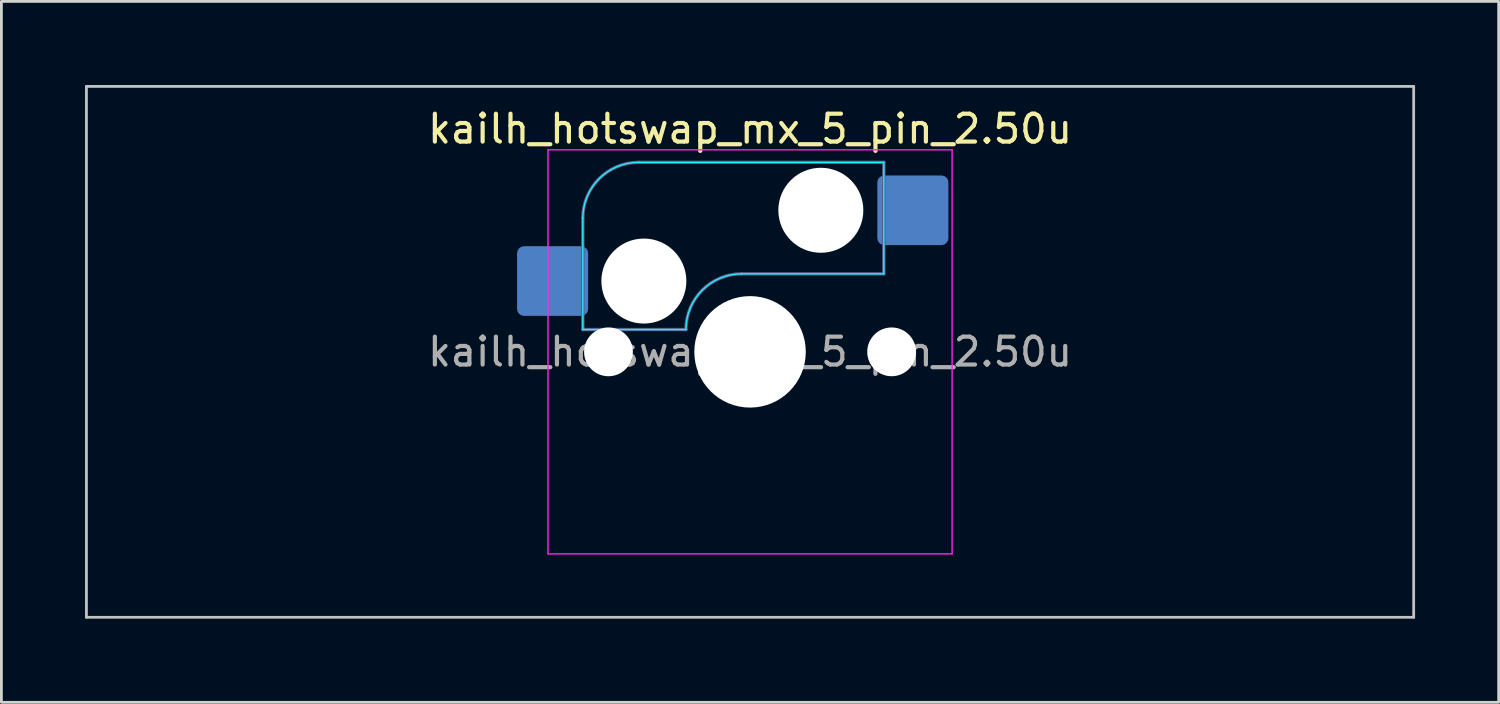
<source format=kicad_pcb>
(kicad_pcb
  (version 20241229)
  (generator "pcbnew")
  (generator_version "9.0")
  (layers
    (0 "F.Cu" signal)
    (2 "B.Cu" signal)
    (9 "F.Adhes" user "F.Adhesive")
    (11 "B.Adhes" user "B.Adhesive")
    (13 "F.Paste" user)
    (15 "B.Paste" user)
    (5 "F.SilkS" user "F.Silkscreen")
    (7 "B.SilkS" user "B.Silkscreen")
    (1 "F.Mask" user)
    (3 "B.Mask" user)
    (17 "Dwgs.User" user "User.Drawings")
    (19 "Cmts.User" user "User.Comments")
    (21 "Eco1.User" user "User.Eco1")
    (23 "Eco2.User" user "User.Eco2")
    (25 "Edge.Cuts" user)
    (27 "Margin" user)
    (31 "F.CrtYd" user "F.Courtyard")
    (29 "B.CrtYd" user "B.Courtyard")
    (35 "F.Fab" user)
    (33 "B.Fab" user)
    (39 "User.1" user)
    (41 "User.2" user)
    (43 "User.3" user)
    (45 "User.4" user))
  (footprint "kailh_hotswap_mx_5_pin_2.50u"
    (layer "F.Cu")
    (at 23.863 9.575)
    (property "Reference" "kailh_hotswap_mx_5_pin_2.50u" (at 0 -8 0) (layer "F.SilkS") (effects (font (size 1 1) (thickness 0.15))))
    (attr smd)
    (fp_line (start -23.812 -9.525) (end -23.812 9.525) (stroke (width 0.1) (type solid)) (layer "Dwgs.User"))
    (fp_line (start -23.812 9.525) (end 23.812 9.525) (stroke (width 0.1) (type solid)) (layer "Dwgs.User"))
    (fp_line (start 23.812 -9.525) (end -23.812 -9.525) (stroke (width 0.1) (type solid)) (layer "Dwgs.User"))
    (fp_line (start 23.812 9.525) (end 23.812 -9.525) (stroke (width 0.1) (type solid)) (layer "Dwgs.User"))
    (fp_line (start -16.1 -2.1) (end -16.1 0.3) (stroke (width 0.1) (type solid)) (layer "Eco2.User"))
    (fp_line (start -15.9 -2.3) (end -15.4 -2.3) (stroke (width 0.1) (type solid)) (layer "Eco2.User"))
    (fp_line (start -15.9 0.5) (end -15.4 0.5) (stroke (width 0.1) (type solid)) (layer "Eco2.User"))
    (fp_line (start -15.4 -5) (end -15.4 -2.3) (stroke (width 0.1) (type solid)) (layer "Eco2.User"))
    (fp_line (start -15.4 0.5) (end -15.4 6.5) (stroke (width 0.1) (type solid)) (layer "Eco2.User"))
    (fp_line (start -14.9 -5.5) (end -9.15 -5.5) (stroke (width 0.1) (type solid)) (layer "Eco2.User"))
    (fp_line (start -14.9 7) (end -14.175 7) (stroke (width 0.1) (type solid)) (layer "Eco2.User"))
    (fp_line (start -13.175 8) (end -10.875 8) (stroke (width 0.1) (type solid)) (layer "Eco2.User"))
    (fp_line (start -9.875 7) (end -9.15 7) (stroke (width 0.1) (type solid)) (layer "Eco2.User"))
    (fp_line (start -8.15 -4.5) (end -7.5 -4.5) (stroke (width 0.1) (type solid)) (layer "Eco2.User"))
    (fp_line (start -8.15 6) (end -7.5 6) (stroke (width 0.1) (type solid)) (layer "Eco2.User"))
    (fp_line (start -7 -6.5) (end -7 -5) (stroke (width 0.1) (type solid)) (layer "Eco2.User"))
    (fp_line (start -6.5 -7) (end 6.5 -7) (stroke (width 0.1) (type solid)) (layer "Eco2.User"))
    (fp_line (start -6.5 7) (end 6.5 7) (stroke (width 0.1) (type solid)) (layer "Eco2.User"))
    (fp_line (start 7 -6.5) (end 7 -5) (stroke (width 0.1) (type solid)) (layer "Eco2.User"))
    (fp_line (start 8.15 -4.5) (end 7.5 -4.5) (stroke (width 0.1) (type solid)) (layer "Eco2.User"))
    (fp_line (start 8.15 6) (end 7.5 6) (stroke (width 0.1) (type solid)) (layer "Eco2.User"))
    (fp_line (start 9.875 7) (end 9.15 7) (stroke (width 0.1) (type solid)) (layer "Eco2.User"))
    (fp_line (start 13.175 8) (end 10.875 8) (stroke (width 0.1) (type solid)) (layer "Eco2.User"))
    (fp_line (start 14.9 -5.5) (end 9.15 -5.5) (stroke (width 0.1) (type solid)) (layer "Eco2.User"))
    (fp_line (start 14.9 7) (end 14.175 7) (stroke (width 0.1) (type solid)) (layer "Eco2.User"))
    (fp_line (start 15.4 -5) (end 15.4 -2.3) (stroke (width 0.1) (type solid)) (layer "Eco2.User"))
    (fp_line (start 15.4 0.5) (end 15.4 6.5) (stroke (width 0.1) (type solid)) (layer "Eco2.User"))
    (fp_line (start 15.9 -2.3) (end 15.4 -2.3) (stroke (width 0.1) (type solid)) (layer "Eco2.User"))
    (fp_line (start 15.9 0.5) (end 15.4 0.5) (stroke (width 0.1) (type solid)) (layer "Eco2.User"))
    (fp_line (start 16.1 -2.1) (end 16.1 0.3) (stroke (width 0.1) (type solid)) (layer "Eco2.User"))
    (fp_arc (start -16.1 -2.1) (mid -16.041421 -2.241421) (end -15.9 -2.3) (stroke (width 0.1) (type solid)) (layer "Eco2.User"))
    (fp_arc (start -15.9 0.5) (mid -16.041421 0.441421) (end -16.1 0.3) (stroke (width 0.1) (type solid)) (layer "Eco2.User"))
    (fp_arc (start -15.4 -5) (mid -15.253553 -5.353553) (end -14.9 -5.5) (stroke (width 0.1) (type solid)) (layer "Eco2.User"))
    (fp_arc (start -14.9 7) (mid -15.253553 6.853553) (end -15.4 6.5) (stroke (width 0.1) (type solid)) (layer "Eco2.User"))
    (fp_arc (start -14.175 7) (mid -13.821447 7.146447) (end -13.675 7.5) (stroke (width 0.1) (type solid)) (layer "Eco2.User"))
    (fp_arc (start -13.175 8) (mid -13.528553 7.853553) (end -13.675 7.5) (stroke (width 0.1) (type solid)) (layer "Eco2.User"))
    (fp_arc (start -10.375 7.5) (mid -10.521447 7.853553) (end -10.875 8) (stroke (width 0.1) (type solid)) (layer "Eco2.User"))
    (fp_arc (start -10.375 7.5) (mid -10.228553 7.146447) (end -9.875 7) (stroke (width 0.1) (type solid)) (layer "Eco2.User"))
    (fp_arc (start -9.15 -5.5) (mid -8.796447 -5.353553) (end -8.65 -5) (stroke (width 0.1) (type solid)) (layer "Eco2.User"))
    (fp_arc (start -8.65 6.5) (mid -8.796447 6.853553) (end -9.15 7) (stroke (width 0.1) (type solid)) (layer "Eco2.User"))
    (fp_arc (start -8.65 6.5) (mid -8.503553 6.146447) (end -8.15 6) (stroke (width 0.1) (type solid)) (layer "Eco2.User"))
    (fp_arc (start -8.15 -4.5) (mid -8.503553 -4.646447) (end -8.65 -5) (stroke (width 0.1) (type solid)) (layer "Eco2.User"))
    (fp_arc (start -7.5 6) (mid -7.146447 6.146447) (end -7 6.5) (stroke (width 0.1) (type solid)) (layer "Eco2.User"))
    (fp_arc (start -7 -6.5) (mid -6.853553 -6.853553) (end -6.5 -7) (stroke (width 0.1) (type solid)) (layer "Eco2.User"))
    (fp_arc (start -7 -5) (mid -7.146447 -4.646447) (end -7.5 -4.5) (stroke (width 0.1) (type solid)) (layer "Eco2.User"))
    (fp_arc (start -6.5 7) (mid -6.853553 6.853553) (end -7 6.5) (stroke (width 0.1) (type solid)) (layer "Eco2.User"))
    (fp_arc (start 6.5 -7) (mid 6.853553 -6.853553) (end 7 -6.5) (stroke (width 0.1) (type solid)) (layer "Eco2.User"))
    (fp_arc (start 7 6.5) (mid 6.853553 6.853553) (end 6.5 7) (stroke (width 0.1) (type solid)) (layer "Eco2.User"))
    (fp_arc (start 7 6.5) (mid 7.146447 6.146447) (end 7.5 6) (stroke (width 0.1) (type solid)) (layer "Eco2.User"))
    (fp_arc (start 7.5 -4.5) (mid 7.146447 -4.646447) (end 7 -5) (stroke (width 0.1) (type solid)) (layer "Eco2.User"))
    (fp_arc (start 8.15 6) (mid 8.503553 6.146447) (end 8.65 6.5) (stroke (width 0.1) (type solid)) (layer "Eco2.User"))
    (fp_arc (start 8.65 -5) (mid 8.503553 -4.646447) (end 8.15 -4.5) (stroke (width 0.1) (type solid)) (layer "Eco2.User"))
    (fp_arc (start 8.65 -5) (mid 8.796447 -5.353553) (end 9.15 -5.5) (stroke (width 0.1) (type solid)) (layer "Eco2.User"))
    (fp_arc (start 9.15 7) (mid 8.796447 6.853553) (end 8.65 6.5) (stroke (width 0.1) (type solid)) (layer "Eco2.User"))
    (fp_arc (start 9.875 7) (mid 10.228553 7.146447) (end 10.375 7.5) (stroke (width 0.1) (type solid)) (layer "Eco2.User"))
    (fp_arc (start 10.875 8) (mid 10.521447 7.853553) (end 10.375 7.5) (stroke (width 0.1) (type solid)) (layer "Eco2.User"))
    (fp_arc (start 13.675 7.5) (mid 13.528553 7.853553) (end 13.175 8) (stroke (width 0.1) (type solid)) (layer "Eco2.User"))
    (fp_arc (start 13.675 7.5) (mid 13.821447 7.146447) (end 14.175 7) (stroke (width 0.1) (type solid)) (layer "Eco2.User"))
    (fp_arc (start 14.9 -5.5) (mid 15.253553 -5.353553) (end 15.4 -5) (stroke (width 0.1) (type solid)) (layer "Eco2.User"))
    (fp_arc (start 15.4 6.5) (mid 15.253553 6.853553) (end 14.9 7) (stroke (width 0.1) (type solid)) (layer "Eco2.User"))
    (fp_arc (start 15.9 -2.3) (mid 16.041421 -2.241421) (end 16.1 -2.1) (stroke (width 0.1) (type solid)) (layer "Eco2.User"))
    (fp_arc (start 16.1 0.3) (mid 16.041421 0.441421) (end 15.9 0.5) (stroke (width 0.1) (type solid)) (layer "Eco2.User"))
    (fp_line (start -6 -0.8) (end -6 -4.8) (stroke (width 0.05) (type solid)) (layer "B.CrtYd"))
    (fp_line (start -6 -0.8) (end -2.3 -0.8) (stroke (width 0.05) (type solid)) (layer "B.CrtYd"))
    (fp_line (start -4 -6.8) (end 4.8 -6.8) (stroke (width 0.05) (type solid)) (layer "B.CrtYd"))
    (fp_line (start -0.3 -2.8) (end 4.8 -2.8) (stroke (width 0.05) (type solid)) (layer "B.CrtYd"))
    (fp_line (start 4.8 -6.8) (end 4.8 -2.8) (stroke (width 0.05) (type solid)) (layer "B.CrtYd"))
    (fp_arc (start -6 -4.8) (mid -5.414214 -6.214214) (end -4 -6.8) (stroke (width 0.05) (type solid)) (layer "B.CrtYd"))
    (fp_arc (start -2.3 -0.8) (mid -1.714214 -2.214214) (end -0.3 -2.8) (stroke (width 0.05) (type solid)) (layer "B.CrtYd"))
    (fp_line (start -7.25 -7.25) (end -7.25 7.25) (stroke (width 0.05) (type solid)) (layer "F.CrtYd"))
    (fp_line (start -7.25 7.25) (end 7.25 7.25) (stroke (width 0.05) (type solid)) (layer "F.CrtYd"))
    (fp_line (start 7.25 -7.25) (end -7.25 -7.25) (stroke (width 0.05) (type solid)) (layer "F.CrtYd"))
    (fp_line (start 7.25 7.25) (end 7.25 -7.25) (stroke (width 0.05) (type solid)) (layer "F.CrtYd"))
    (fp_line (start -6 -0.8) (end -6 -4.8) (stroke (width 0.12) (type solid)) (layer "B.Fab"))
    (fp_line (start -6 -0.8) (end -2.3 -0.8) (stroke (width 0.12) (type solid)) (layer "B.Fab"))
    (fp_line (start -4 -6.8) (end 4.8 -6.8) (stroke (width 0.12) (type solid)) (layer "B.Fab"))
    (fp_line (start -0.3 -2.8) (end 4.8 -2.8) (stroke (width 0.12) (type solid)) (layer "B.Fab"))
    (fp_line (start 4.8 -6.8) (end 4.8 -2.8) (stroke (width 0.12) (type solid)) (layer "B.Fab"))
    (fp_arc (start -6 -4.8) (mid -5.414214 -6.214214) (end -4 -6.8) (stroke (width 0.12) (type solid)) (layer "B.Fab"))
    (fp_arc (start -2.3 -0.8) (mid -1.714214 -2.214214) (end -0.3 -2.8) (stroke (width 0.12) (type solid)) (layer "B.Fab"))
    (fp_text user "${REFERENCE}" (at 0 0 0) (layer "F.Fab") (effects (font (size 1 1) (thickness 0.15))))
    (pad "" np_thru_hole circle (at -5.08 0) (size 1.75 1.75) (drill 1.75) (layers "*.Cu" "*.Mask"))
    (pad "" np_thru_hole circle (at -3.81 -2.54) (size 3.05 3.05) (drill 3.05) (layers "*.Cu" "*.Mask"))
    (pad "" np_thru_hole circle (at 0 0) (size 4 4) (drill 4) (layers "*.Cu" "*.Mask"))
    (pad "" np_thru_hole circle (at 2.54 -5.08) (size 3.05 3.05) (drill 3.05) (layers "*.Cu" "*.Mask"))
    (pad "" np_thru_hole circle (at 5.08 0) (size 1.75 1.75) (drill 1.75) (layers "*.Cu" "*.Mask"))
    (pad "1" smd roundrect (at -7.085 -2.54) (size 2.55 2.5) (layers "B.Cu" "B.Mask" "B.Paste") (roundrect_rratio 0.1))
    (pad "2" smd roundrect (at 5.842 -5.08) (size 2.55 2.5) (layers "B.Cu" "B.Mask" "B.Paste") (roundrect_rratio 0.1)))
  (gr_rect
    (start -3 -3)
    (end 50.725 22.15)
    (stroke (width 0.1) (type default))
    (fill no)
    (layer "Edge.Cuts")))
</source>
